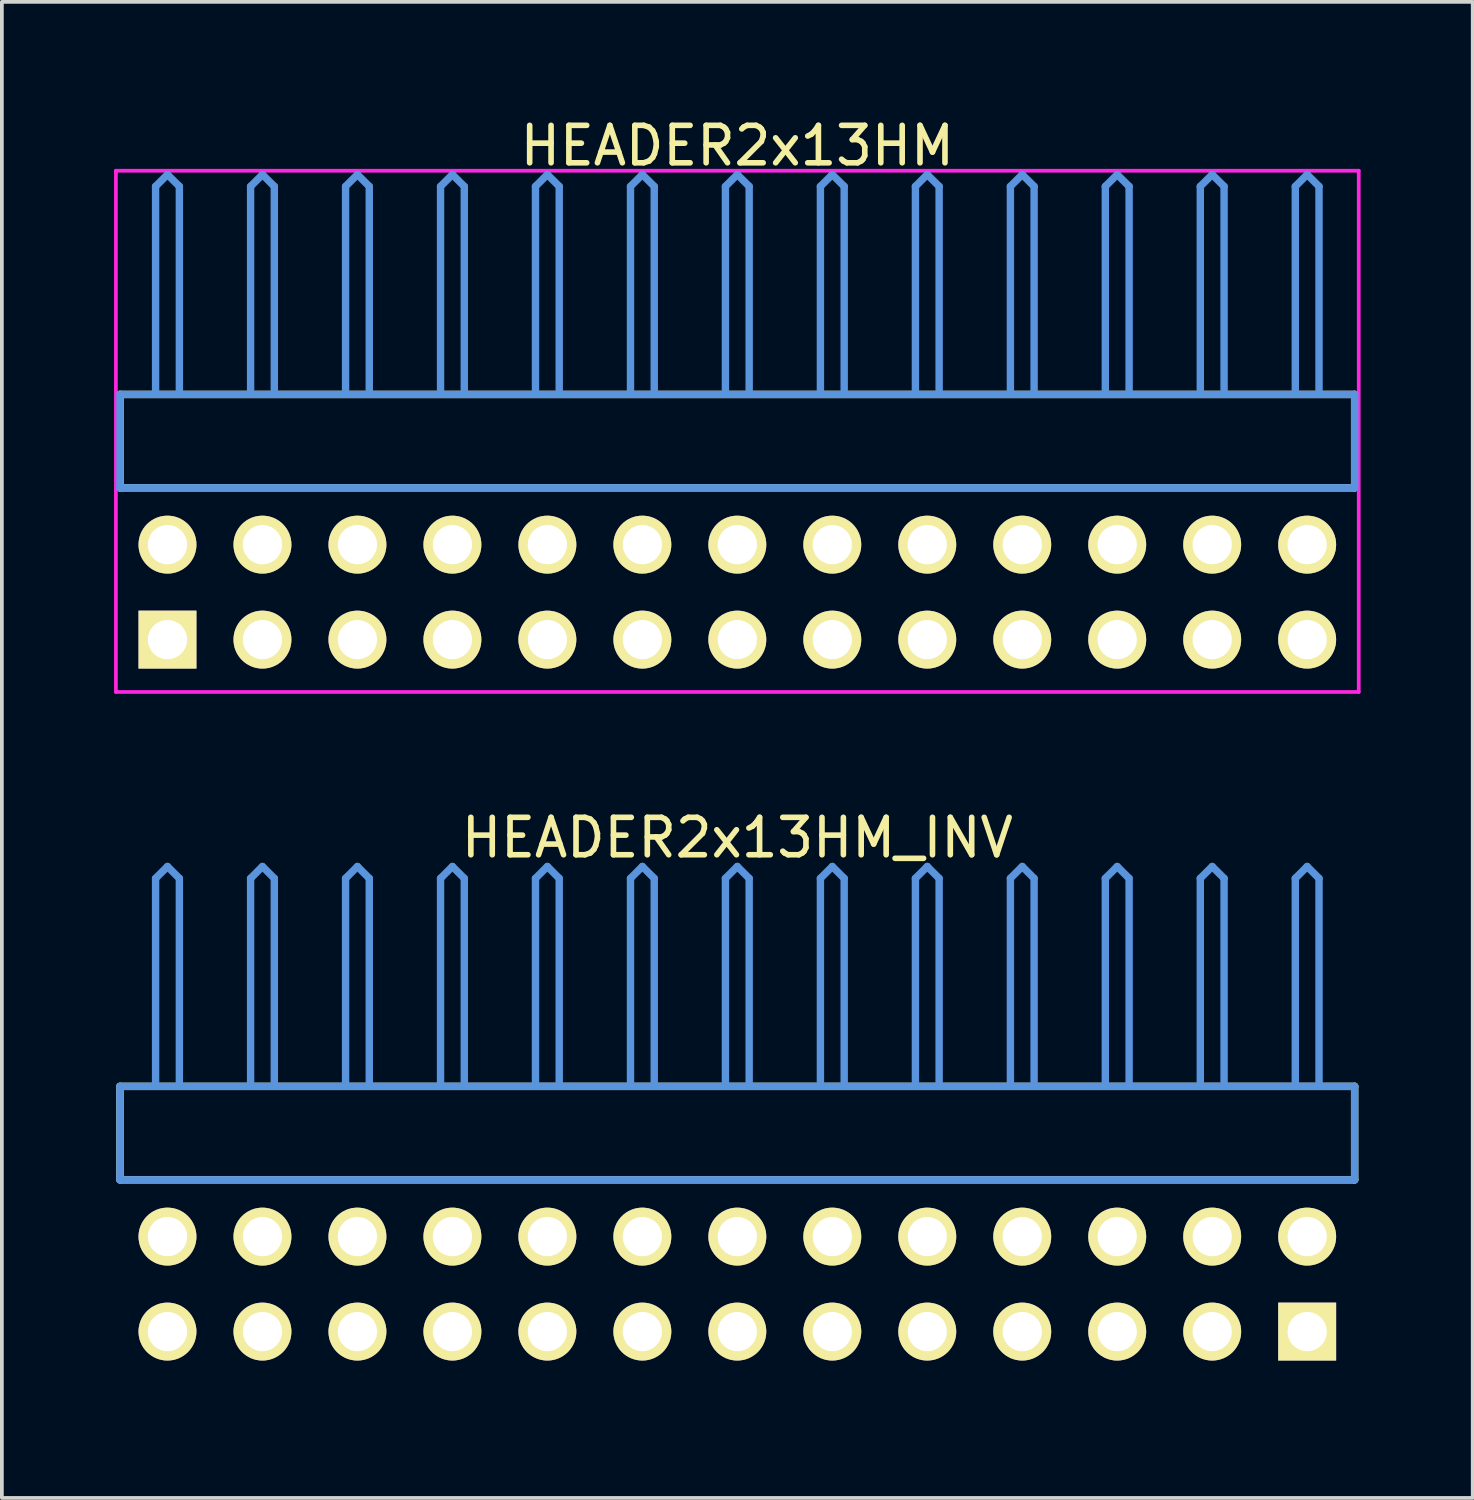
<source format=kicad_pcb>
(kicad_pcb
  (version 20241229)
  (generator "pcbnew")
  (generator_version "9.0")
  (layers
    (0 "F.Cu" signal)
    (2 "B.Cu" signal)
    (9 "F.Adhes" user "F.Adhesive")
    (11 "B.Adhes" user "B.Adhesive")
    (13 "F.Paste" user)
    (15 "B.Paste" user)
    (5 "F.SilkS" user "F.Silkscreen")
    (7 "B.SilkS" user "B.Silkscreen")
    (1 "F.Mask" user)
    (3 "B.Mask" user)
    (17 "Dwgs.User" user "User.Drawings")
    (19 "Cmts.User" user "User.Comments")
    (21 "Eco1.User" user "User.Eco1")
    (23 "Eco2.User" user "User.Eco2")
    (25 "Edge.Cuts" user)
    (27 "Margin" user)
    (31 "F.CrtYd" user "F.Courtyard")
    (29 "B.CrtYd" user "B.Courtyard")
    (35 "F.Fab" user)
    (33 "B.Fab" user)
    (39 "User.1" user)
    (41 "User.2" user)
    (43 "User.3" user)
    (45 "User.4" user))
  (footprint "HEADER2x13HM"
    (layer "F.Cu")
    (at 1.429 14.056)
    (property "Reference" "HEADER2x13HM" (at 15.24 -13.208 0) (layer "F.SilkS") (effects (font (size 1.001 1.001) (thickness 0.15))))
    (attr through_hole)
    (fp_line (start -1.27 -6.558) (end -1.27 -4.059) (stroke (width 0.198) (type solid)) (layer "F.SilkS"))
    (fp_line (start -1.27 -4.059) (end 31.75 -4.059) (stroke (width 0.198) (type solid)) (layer "F.SilkS"))
    (fp_line (start 31.75 -6.558) (end -1.27 -6.558) (stroke (width 0.198) (type solid)) (layer "F.SilkS"))
    (fp_line (start 31.75 -4.059) (end 31.75 -6.558) (stroke (width 0.198) (type solid)) (layer "F.SilkS"))
    (fp_line (start -1.27 -6.558) (end -1.27 -4.059) (stroke (width 0.198) (type solid)) (layer "Cmts.User"))
    (fp_line (start -1.27 -4.059) (end 31.75 -4.059) (stroke (width 0.198) (type solid)) (layer "Cmts.User"))
    (fp_line (start -0.318 -12.121) (end 0 -12.438) (stroke (width 0.198) (type solid)) (layer "Cmts.User"))
    (fp_line (start -0.318 -6.599) (end -0.318 -12.121) (stroke (width 0.198) (type solid)) (layer "Cmts.User"))
    (fp_line (start 0.318 -12.121) (end 0 -12.438) (stroke (width 0.198) (type solid)) (layer "Cmts.User"))
    (fp_line (start 0.318 -6.599) (end 0.318 -12.121) (stroke (width 0.198) (type solid)) (layer "Cmts.User"))
    (fp_line (start 2.223 -12.121) (end 2.54 -12.438) (stroke (width 0.198) (type solid)) (layer "Cmts.User"))
    (fp_line (start 2.223 -6.599) (end 2.223 -12.121) (stroke (width 0.198) (type solid)) (layer "Cmts.User"))
    (fp_line (start 2.857 -12.121) (end 2.54 -12.438) (stroke (width 0.198) (type solid)) (layer "Cmts.User"))
    (fp_line (start 2.857 -6.599) (end 2.857 -12.121) (stroke (width 0.198) (type solid)) (layer "Cmts.User"))
    (fp_line (start 4.763 -12.121) (end 5.08 -12.438) (stroke (width 0.198) (type solid)) (layer "Cmts.User"))
    (fp_line (start 4.763 -6.599) (end 4.763 -12.121) (stroke (width 0.198) (type solid)) (layer "Cmts.User"))
    (fp_line (start 5.397 -12.121) (end 5.08 -12.438) (stroke (width 0.198) (type solid)) (layer "Cmts.User"))
    (fp_line (start 5.397 -6.599) (end 5.397 -12.121) (stroke (width 0.198) (type solid)) (layer "Cmts.User"))
    (fp_line (start 7.303 -12.121) (end 7.62 -12.438) (stroke (width 0.198) (type solid)) (layer "Cmts.User"))
    (fp_line (start 7.303 -6.599) (end 7.303 -12.121) (stroke (width 0.198) (type solid)) (layer "Cmts.User"))
    (fp_line (start 7.938 -12.121) (end 7.62 -12.438) (stroke (width 0.198) (type solid)) (layer "Cmts.User"))
    (fp_line (start 7.938 -6.599) (end 7.938 -12.121) (stroke (width 0.198) (type solid)) (layer "Cmts.User"))
    (fp_line (start 9.842 -12.121) (end 10.16 -12.438) (stroke (width 0.198) (type solid)) (layer "Cmts.User"))
    (fp_line (start 9.842 -6.599) (end 9.842 -12.121) (stroke (width 0.198) (type solid)) (layer "Cmts.User"))
    (fp_line (start 10.477 -12.121) (end 10.16 -12.438) (stroke (width 0.198) (type solid)) (layer "Cmts.User"))
    (fp_line (start 10.477 -6.599) (end 10.477 -12.121) (stroke (width 0.198) (type solid)) (layer "Cmts.User"))
    (fp_line (start 12.383 -12.121) (end 12.7 -12.438) (stroke (width 0.198) (type solid)) (layer "Cmts.User"))
    (fp_line (start 12.383 -6.599) (end 12.383 -12.121) (stroke (width 0.198) (type solid)) (layer "Cmts.User"))
    (fp_line (start 13.018 -12.121) (end 12.7 -12.438) (stroke (width 0.198) (type solid)) (layer "Cmts.User"))
    (fp_line (start 13.018 -6.599) (end 13.018 -12.121) (stroke (width 0.198) (type solid)) (layer "Cmts.User"))
    (fp_line (start 14.922 -12.121) (end 15.24 -12.438) (stroke (width 0.198) (type solid)) (layer "Cmts.User"))
    (fp_line (start 14.922 -6.599) (end 14.922 -12.121) (stroke (width 0.198) (type solid)) (layer "Cmts.User"))
    (fp_line (start 15.557 -12.121) (end 15.24 -12.438) (stroke (width 0.198) (type solid)) (layer "Cmts.User"))
    (fp_line (start 15.557 -6.599) (end 15.557 -12.121) (stroke (width 0.198) (type solid)) (layer "Cmts.User"))
    (fp_line (start 17.462 -12.121) (end 17.78 -12.438) (stroke (width 0.198) (type solid)) (layer "Cmts.User"))
    (fp_line (start 17.462 -6.599) (end 17.462 -12.121) (stroke (width 0.198) (type solid)) (layer "Cmts.User"))
    (fp_line (start 18.098 -12.121) (end 17.78 -12.438) (stroke (width 0.198) (type solid)) (layer "Cmts.User"))
    (fp_line (start 18.098 -6.599) (end 18.098 -12.121) (stroke (width 0.198) (type solid)) (layer "Cmts.User"))
    (fp_line (start 20.003 -12.121) (end 20.32 -12.438) (stroke (width 0.198) (type solid)) (layer "Cmts.User"))
    (fp_line (start 20.003 -6.599) (end 20.003 -12.121) (stroke (width 0.198) (type solid)) (layer "Cmts.User"))
    (fp_line (start 20.637 -12.121) (end 20.32 -12.438) (stroke (width 0.198) (type solid)) (layer "Cmts.User"))
    (fp_line (start 20.637 -6.599) (end 20.637 -12.121) (stroke (width 0.198) (type solid)) (layer "Cmts.User"))
    (fp_line (start 22.543 -12.121) (end 22.86 -12.438) (stroke (width 0.198) (type solid)) (layer "Cmts.User"))
    (fp_line (start 22.543 -6.599) (end 22.543 -12.121) (stroke (width 0.198) (type solid)) (layer "Cmts.User"))
    (fp_line (start 23.177 -12.121) (end 22.86 -12.438) (stroke (width 0.198) (type solid)) (layer "Cmts.User"))
    (fp_line (start 23.177 -6.599) (end 23.177 -12.121) (stroke (width 0.198) (type solid)) (layer "Cmts.User"))
    (fp_line (start 25.082 -12.121) (end 25.4 -12.438) (stroke (width 0.198) (type solid)) (layer "Cmts.User"))
    (fp_line (start 25.082 -6.599) (end 25.082 -12.121) (stroke (width 0.198) (type solid)) (layer "Cmts.User"))
    (fp_line (start 25.718 -12.121) (end 25.4 -12.438) (stroke (width 0.198) (type solid)) (layer "Cmts.User"))
    (fp_line (start 25.718 -6.599) (end 25.718 -12.121) (stroke (width 0.198) (type solid)) (layer "Cmts.User"))
    (fp_line (start 27.622 -12.121) (end 27.94 -12.438) (stroke (width 0.198) (type solid)) (layer "Cmts.User"))
    (fp_line (start 27.622 -6.599) (end 27.622 -12.121) (stroke (width 0.198) (type solid)) (layer "Cmts.User"))
    (fp_line (start 28.258 -12.121) (end 27.94 -12.438) (stroke (width 0.198) (type solid)) (layer "Cmts.User"))
    (fp_line (start 28.258 -6.599) (end 28.258 -12.121) (stroke (width 0.198) (type solid)) (layer "Cmts.User"))
    (fp_line (start 30.163 -12.121) (end 30.48 -12.438) (stroke (width 0.198) (type solid)) (layer "Cmts.User"))
    (fp_line (start 30.163 -6.599) (end 30.163 -12.121) (stroke (width 0.198) (type solid)) (layer "Cmts.User"))
    (fp_line (start 30.797 -12.121) (end 30.48 -12.438) (stroke (width 0.198) (type solid)) (layer "Cmts.User"))
    (fp_line (start 30.797 -6.599) (end 30.797 -12.121) (stroke (width 0.198) (type solid)) (layer "Cmts.User"))
    (fp_line (start 31.75 -6.558) (end -1.27 -6.558) (stroke (width 0.198) (type solid)) (layer "Cmts.User"))
    (fp_line (start 31.75 -4.059) (end 31.75 -6.558) (stroke (width 0.198) (type solid)) (layer "Cmts.User"))
    (fp_line (start -1.379 -12.54) (end 31.859 -12.54) (stroke (width 0.099) (type solid)) (layer "F.CrtYd"))
    (fp_line (start -1.379 1.4) (end -1.379 -12.54) (stroke (width 0.099) (type solid)) (layer "F.CrtYd"))
    (fp_line (start 31.859 -12.54) (end 31.859 1.4) (stroke (width 0.099) (type solid)) (layer "F.CrtYd"))
    (fp_line (start 31.859 1.4) (end -1.379 1.4) (stroke (width 0.099) (type solid)) (layer "F.CrtYd"))
    (pad "1" thru_hole rect (at 0 0) (size 1.549 1.549) (drill 1.049) (layers "*.Cu" "*.Mask" "F.SilkS"))
    (pad "2" thru_hole circle (at 0 -2.54) (size 1.549 1.549) (drill 1.049) (layers "*.Cu" "*.Mask" "F.SilkS"))
    (pad "3" thru_hole circle (at 2.54 0) (size 1.549 1.549) (drill 1.049) (layers "*.Cu" "*.Mask" "F.SilkS"))
    (pad "4" thru_hole circle (at 2.54 -2.54) (size 1.549 1.549) (drill 1.049) (layers "*.Cu" "*.Mask" "F.SilkS"))
    (pad "5" thru_hole circle (at 5.08 0) (size 1.549 1.549) (drill 1.049) (layers "*.Cu" "*.Mask" "F.SilkS"))
    (pad "6" thru_hole circle (at 5.08 -2.54) (size 1.549 1.549) (drill 1.049) (layers "*.Cu" "*.Mask" "F.SilkS"))
    (pad "7" thru_hole circle (at 7.62 0) (size 1.549 1.549) (drill 1.049) (layers "*.Cu" "*.Mask" "F.SilkS"))
    (pad "8" thru_hole circle (at 7.62 -2.54) (size 1.549 1.549) (drill 1.049) (layers "*.Cu" "*.Mask" "F.SilkS"))
    (pad "9" thru_hole circle (at 10.16 0) (size 1.549 1.549) (drill 1.049) (layers "*.Cu" "*.Mask" "F.SilkS"))
    (pad "10" thru_hole circle (at 10.16 -2.54) (size 1.549 1.549) (drill 1.049) (layers "*.Cu" "*.Mask" "F.SilkS"))
    (pad "11" thru_hole circle (at 12.7 0) (size 1.549 1.549) (drill 1.049) (layers "*.Cu" "*.Mask" "F.SilkS"))
    (pad "12" thru_hole circle (at 12.7 -2.54) (size 1.549 1.549) (drill 1.049) (layers "*.Cu" "*.Mask" "F.SilkS"))
    (pad "13" thru_hole circle (at 15.24 0) (size 1.549 1.549) (drill 1.049) (layers "*.Cu" "*.Mask" "F.SilkS"))
    (pad "14" thru_hole circle (at 15.24 -2.54) (size 1.549 1.549) (drill 1.049) (layers "*.Cu" "*.Mask" "F.SilkS"))
    (pad "15" thru_hole circle (at 17.78 0) (size 1.549 1.549) (drill 1.049) (layers "*.Cu" "*.Mask" "F.SilkS"))
    (pad "16" thru_hole circle (at 17.78 -2.54) (size 1.549 1.549) (drill 1.049) (layers "*.Cu" "*.Mask" "F.SilkS"))
    (pad "17" thru_hole circle (at 20.32 0) (size 1.549 1.549) (drill 1.049) (layers "*.Cu" "*.Mask" "F.SilkS"))
    (pad "18" thru_hole circle (at 20.32 -2.54) (size 1.549 1.549) (drill 1.049) (layers "*.Cu" "*.Mask" "F.SilkS"))
    (pad "19" thru_hole circle (at 22.86 0) (size 1.549 1.549) (drill 1.049) (layers "*.Cu" "*.Mask" "F.SilkS"))
    (pad "20" thru_hole circle (at 22.86 -2.54) (size 1.549 1.549) (drill 1.049) (layers "*.Cu" "*.Mask" "F.SilkS"))
    (pad "21" thru_hole circle (at 25.4 0) (size 1.549 1.549) (drill 1.049) (layers "*.Cu" "*.Mask" "F.SilkS"))
    (pad "22" thru_hole circle (at 25.4 -2.54) (size 1.549 1.549) (drill 1.049) (layers "*.Cu" "*.Mask" "F.SilkS"))
    (pad "23" thru_hole circle (at 27.94 0) (size 1.549 1.549) (drill 1.049) (layers "*.Cu" "*.Mask" "F.SilkS"))
    (pad "24" thru_hole circle (at 27.94 -2.54) (size 1.549 1.549) (drill 1.049) (layers "*.Cu" "*.Mask" "F.SilkS"))
    (pad "25" thru_hole circle (at 30.48 0) (size 1.549 1.549) (drill 1.049) (layers "*.Cu" "*.Mask" "F.SilkS"))
    (pad "26" thru_hole circle (at 30.48 -2.54) (size 1.549 1.549) (drill 1.049) (layers "*.Cu" "*.Mask" "F.SilkS")))
  (footprint "HEADER2x13HM_INV"
    (layer "F.Cu")
    (at 1.429 32.562)
    (property "Reference" "HEADER2x13HM_INV" (at 15.24 -13.208 0) (layer "F.SilkS") (effects (font (size 1.001 1.001) (thickness 0.15))))
    (attr through_hole)
    (fp_line (start -1.27 -6.558) (end -1.27 -4.059) (stroke (width 0.198) (type solid)) (layer "F.SilkS"))
    (fp_line (start -1.27 -4.059) (end 31.75 -4.059) (stroke (width 0.198) (type solid)) (layer "F.SilkS"))
    (fp_line (start 31.75 -6.558) (end -1.27 -6.558) (stroke (width 0.198) (type solid)) (layer "F.SilkS"))
    (fp_line (start 31.75 -4.059) (end 31.75 -6.558) (stroke (width 0.198) (type solid)) (layer "F.SilkS"))
    (fp_line (start -1.27 -6.558) (end -1.27 -4.059) (stroke (width 0.198) (type solid)) (layer "Cmts.User"))
    (fp_line (start -1.27 -4.059) (end 31.75 -4.059) (stroke (width 0.198) (type solid)) (layer "Cmts.User"))
    (fp_line (start -0.318 -12.121) (end 0 -12.438) (stroke (width 0.198) (type solid)) (layer "Cmts.User"))
    (fp_line (start -0.318 -6.599) (end -0.318 -12.121) (stroke (width 0.198) (type solid)) (layer "Cmts.User"))
    (fp_line (start 0.318 -12.121) (end 0 -12.438) (stroke (width 0.198) (type solid)) (layer "Cmts.User"))
    (fp_line (start 0.318 -6.599) (end 0.318 -12.121) (stroke (width 0.198) (type solid)) (layer "Cmts.User"))
    (fp_line (start 2.223 -12.121) (end 2.54 -12.438) (stroke (width 0.198) (type solid)) (layer "Cmts.User"))
    (fp_line (start 2.223 -6.599) (end 2.223 -12.121) (stroke (width 0.198) (type solid)) (layer "Cmts.User"))
    (fp_line (start 2.857 -12.121) (end 2.54 -12.438) (stroke (width 0.198) (type solid)) (layer "Cmts.User"))
    (fp_line (start 2.857 -6.599) (end 2.857 -12.121) (stroke (width 0.198) (type solid)) (layer "Cmts.User"))
    (fp_line (start 4.763 -12.121) (end 5.08 -12.438) (stroke (width 0.198) (type solid)) (layer "Cmts.User"))
    (fp_line (start 4.763 -6.599) (end 4.763 -12.121) (stroke (width 0.198) (type solid)) (layer "Cmts.User"))
    (fp_line (start 5.397 -12.121) (end 5.08 -12.438) (stroke (width 0.198) (type solid)) (layer "Cmts.User"))
    (fp_line (start 5.397 -6.599) (end 5.397 -12.121) (stroke (width 0.198) (type solid)) (layer "Cmts.User"))
    (fp_line (start 7.303 -12.121) (end 7.62 -12.438) (stroke (width 0.198) (type solid)) (layer "Cmts.User"))
    (fp_line (start 7.303 -6.599) (end 7.303 -12.121) (stroke (width 0.198) (type solid)) (layer "Cmts.User"))
    (fp_line (start 7.938 -12.121) (end 7.62 -12.438) (stroke (width 0.198) (type solid)) (layer "Cmts.User"))
    (fp_line (start 7.938 -6.599) (end 7.938 -12.121) (stroke (width 0.198) (type solid)) (layer "Cmts.User"))
    (fp_line (start 9.842 -12.121) (end 10.16 -12.438) (stroke (width 0.198) (type solid)) (layer "Cmts.User"))
    (fp_line (start 9.842 -6.599) (end 9.842 -12.121) (stroke (width 0.198) (type solid)) (layer "Cmts.User"))
    (fp_line (start 10.477 -12.121) (end 10.16 -12.438) (stroke (width 0.198) (type solid)) (layer "Cmts.User"))
    (fp_line (start 10.477 -6.599) (end 10.477 -12.121) (stroke (width 0.198) (type solid)) (layer "Cmts.User"))
    (fp_line (start 12.383 -12.121) (end 12.7 -12.438) (stroke (width 0.198) (type solid)) (layer "Cmts.User"))
    (fp_line (start 12.383 -6.599) (end 12.383 -12.121) (stroke (width 0.198) (type solid)) (layer "Cmts.User"))
    (fp_line (start 13.018 -12.121) (end 12.7 -12.438) (stroke (width 0.198) (type solid)) (layer "Cmts.User"))
    (fp_line (start 13.018 -6.599) (end 13.018 -12.121) (stroke (width 0.198) (type solid)) (layer "Cmts.User"))
    (fp_line (start 14.922 -12.121) (end 15.24 -12.438) (stroke (width 0.198) (type solid)) (layer "Cmts.User"))
    (fp_line (start 14.922 -6.599) (end 14.922 -12.121) (stroke (width 0.198) (type solid)) (layer "Cmts.User"))
    (fp_line (start 15.557 -12.121) (end 15.24 -12.438) (stroke (width 0.198) (type solid)) (layer "Cmts.User"))
    (fp_line (start 15.557 -6.599) (end 15.557 -12.121) (stroke (width 0.198) (type solid)) (layer "Cmts.User"))
    (fp_line (start 17.462 -12.121) (end 17.78 -12.438) (stroke (width 0.198) (type solid)) (layer "Cmts.User"))
    (fp_line (start 17.462 -6.599) (end 17.462 -12.121) (stroke (width 0.198) (type solid)) (layer "Cmts.User"))
    (fp_line (start 18.098 -12.121) (end 17.78 -12.438) (stroke (width 0.198) (type solid)) (layer "Cmts.User"))
    (fp_line (start 18.098 -6.599) (end 18.098 -12.121) (stroke (width 0.198) (type solid)) (layer "Cmts.User"))
    (fp_line (start 20.003 -12.121) (end 20.32 -12.438) (stroke (width 0.198) (type solid)) (layer "Cmts.User"))
    (fp_line (start 20.003 -6.599) (end 20.003 -12.121) (stroke (width 0.198) (type solid)) (layer "Cmts.User"))
    (fp_line (start 20.637 -12.121) (end 20.32 -12.438) (stroke (width 0.198) (type solid)) (layer "Cmts.User"))
    (fp_line (start 20.637 -6.599) (end 20.637 -12.121) (stroke (width 0.198) (type solid)) (layer "Cmts.User"))
    (fp_line (start 22.543 -12.121) (end 22.86 -12.438) (stroke (width 0.198) (type solid)) (layer "Cmts.User"))
    (fp_line (start 22.543 -6.599) (end 22.543 -12.121) (stroke (width 0.198) (type solid)) (layer "Cmts.User"))
    (fp_line (start 23.177 -12.121) (end 22.86 -12.438) (stroke (width 0.198) (type solid)) (layer "Cmts.User"))
    (fp_line (start 23.177 -6.599) (end 23.177 -12.121) (stroke (width 0.198) (type solid)) (layer "Cmts.User"))
    (fp_line (start 25.082 -12.121) (end 25.4 -12.438) (stroke (width 0.198) (type solid)) (layer "Cmts.User"))
    (fp_line (start 25.082 -6.599) (end 25.082 -12.121) (stroke (width 0.198) (type solid)) (layer "Cmts.User"))
    (fp_line (start 25.718 -12.121) (end 25.4 -12.438) (stroke (width 0.198) (type solid)) (layer "Cmts.User"))
    (fp_line (start 25.718 -6.599) (end 25.718 -12.121) (stroke (width 0.198) (type solid)) (layer "Cmts.User"))
    (fp_line (start 27.622 -12.121) (end 27.94 -12.438) (stroke (width 0.198) (type solid)) (layer "Cmts.User"))
    (fp_line (start 27.622 -6.599) (end 27.622 -12.121) (stroke (width 0.198) (type solid)) (layer "Cmts.User"))
    (fp_line (start 28.258 -12.121) (end 27.94 -12.438) (stroke (width 0.198) (type solid)) (layer "Cmts.User"))
    (fp_line (start 28.258 -6.599) (end 28.258 -12.121) (stroke (width 0.198) (type solid)) (layer "Cmts.User"))
    (fp_line (start 30.163 -12.121) (end 30.48 -12.438) (stroke (width 0.198) (type solid)) (layer "Cmts.User"))
    (fp_line (start 30.163 -6.599) (end 30.163 -12.121) (stroke (width 0.198) (type solid)) (layer "Cmts.User"))
    (fp_line (start 30.797 -12.121) (end 30.48 -12.438) (stroke (width 0.198) (type solid)) (layer "Cmts.User"))
    (fp_line (start 30.797 -6.599) (end 30.797 -12.121) (stroke (width 0.198) (type solid)) (layer "Cmts.User"))
    (fp_line (start 31.75 -6.558) (end -1.27 -6.558) (stroke (width 0.198) (type solid)) (layer "Cmts.User"))
    (fp_line (start 31.75 -4.059) (end 31.75 -6.558) (stroke (width 0.198) (type solid)) (layer "Cmts.User"))
    (fp_line (start -1.379 -12.54) (end 31.859 -12.54) (stroke (width 0.099) (type solid)) (layer "Eco1.User"))
    (fp_line (start -1.379 1.4) (end -1.379 -12.54) (stroke (width 0.099) (type solid)) (layer "Eco1.User"))
    (fp_line (start 31.859 -12.54) (end 31.859 1.4) (stroke (width 0.099) (type solid)) (layer "Eco1.User"))
    (fp_line (start 31.859 1.4) (end -1.379 1.4) (stroke (width 0.099) (type solid)) (layer "Eco1.User"))
    (pad "1" thru_hole rect (at 30.48 0) (size 1.549 1.549) (drill 1.049) (layers "*.Cu" "*.Mask" "F.SilkS"))
    (pad "2" thru_hole circle (at 30.48 -2.54) (size 1.549 1.549) (drill 1.049) (layers "*.Cu" "*.Mask" "F.SilkS"))
    (pad "3" thru_hole circle (at 27.94 0) (size 1.549 1.549) (drill 1.049) (layers "*.Cu" "*.Mask" "F.SilkS"))
    (pad "4" thru_hole circle (at 27.94 -2.54) (size 1.549 1.549) (drill 1.049) (layers "*.Cu" "*.Mask" "F.SilkS"))
    (pad "5" thru_hole circle (at 25.4 0) (size 1.549 1.549) (drill 1.049) (layers "*.Cu" "*.Mask" "F.SilkS"))
    (pad "6" thru_hole circle (at 25.4 -2.54) (size 1.549 1.549) (drill 1.049) (layers "*.Cu" "*.Mask" "F.SilkS"))
    (pad "7" thru_hole circle (at 22.86 0) (size 1.549 1.549) (drill 1.049) (layers "*.Cu" "*.Mask" "F.SilkS"))
    (pad "8" thru_hole circle (at 22.86 -2.54) (size 1.549 1.549) (drill 1.049) (layers "*.Cu" "*.Mask" "F.SilkS"))
    (pad "9" thru_hole circle (at 20.32 0) (size 1.549 1.549) (drill 1.049) (layers "*.Cu" "*.Mask" "F.SilkS"))
    (pad "10" thru_hole circle (at 20.32 -2.54) (size 1.549 1.549) (drill 1.049) (layers "*.Cu" "*.Mask" "F.SilkS"))
    (pad "11" thru_hole circle (at 17.78 0) (size 1.549 1.549) (drill 1.049) (layers "*.Cu" "*.Mask" "F.SilkS"))
    (pad "12" thru_hole circle (at 17.78 -2.54) (size 1.549 1.549) (drill 1.049) (layers "*.Cu" "*.Mask" "F.SilkS"))
    (pad "13" thru_hole circle (at 15.24 0) (size 1.549 1.549) (drill 1.049) (layers "*.Cu" "*.Mask" "F.SilkS"))
    (pad "14" thru_hole circle (at 15.24 -2.54) (size 1.549 1.549) (drill 1.049) (layers "*.Cu" "*.Mask" "F.SilkS"))
    (pad "15" thru_hole circle (at 12.7 0) (size 1.549 1.549) (drill 1.049) (layers "*.Cu" "*.Mask" "F.SilkS"))
    (pad "16" thru_hole circle (at 12.7 -2.54) (size 1.549 1.549) (drill 1.049) (layers "*.Cu" "*.Mask" "F.SilkS"))
    (pad "17" thru_hole circle (at 10.16 0) (size 1.549 1.549) (drill 1.049) (layers "*.Cu" "*.Mask" "F.SilkS"))
    (pad "18" thru_hole circle (at 10.16 -2.54) (size 1.549 1.549) (drill 1.049) (layers "*.Cu" "*.Mask" "F.SilkS"))
    (pad "19" thru_hole circle (at 7.62 0) (size 1.549 1.549) (drill 1.049) (layers "*.Cu" "*.Mask" "F.SilkS"))
    (pad "20" thru_hole circle (at 7.62 -2.54) (size 1.549 1.549) (drill 1.049) (layers "*.Cu" "*.Mask" "F.SilkS"))
    (pad "21" thru_hole circle (at 5.08 0) (size 1.549 1.549) (drill 1.049) (layers "*.Cu" "*.Mask" "F.SilkS"))
    (pad "22" thru_hole circle (at 5.08 -2.54) (size 1.549 1.549) (drill 1.049) (layers "*.Cu" "*.Mask" "F.SilkS"))
    (pad "23" thru_hole circle (at 2.54 0) (size 1.549 1.549) (drill 1.049) (layers "*.Cu" "*.Mask" "F.SilkS"))
    (pad "24" thru_hole circle (at 2.54 -2.54) (size 1.549 1.549) (drill 1.049) (layers "*.Cu" "*.Mask" "F.SilkS"))
    (pad "25" thru_hole circle (at 0 0) (size 1.549 1.549) (drill 1.049) (layers "*.Cu" "*.Mask" "F.SilkS"))
    (pad "26" thru_hole circle (at 0 -2.54) (size 1.549 1.549) (drill 1.049) (layers "*.Cu" "*.Mask" "F.SilkS")))
  (gr_rect
    (start -3 -3)
    (end 36.337 37.011)
    (stroke (width 0.1) (type default))
    (fill no)
    (layer "Edge.Cuts")))
</source>
